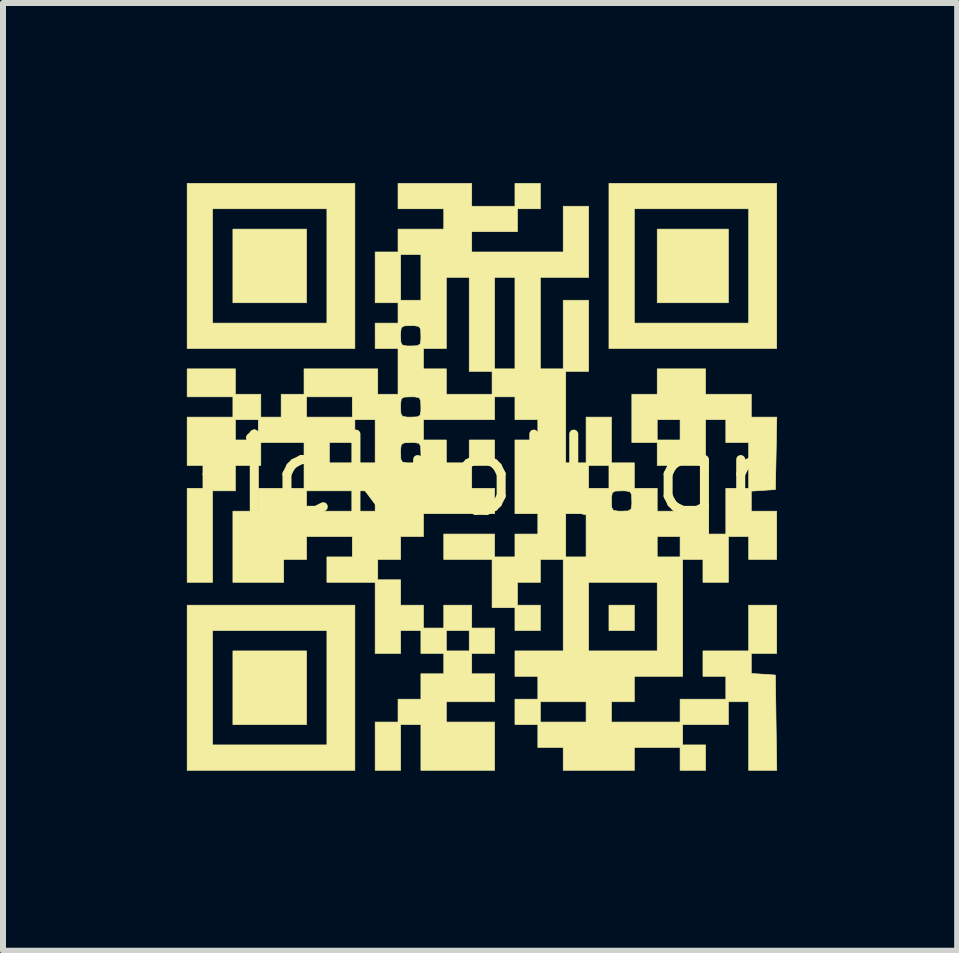
<source format=kicad_pcb>
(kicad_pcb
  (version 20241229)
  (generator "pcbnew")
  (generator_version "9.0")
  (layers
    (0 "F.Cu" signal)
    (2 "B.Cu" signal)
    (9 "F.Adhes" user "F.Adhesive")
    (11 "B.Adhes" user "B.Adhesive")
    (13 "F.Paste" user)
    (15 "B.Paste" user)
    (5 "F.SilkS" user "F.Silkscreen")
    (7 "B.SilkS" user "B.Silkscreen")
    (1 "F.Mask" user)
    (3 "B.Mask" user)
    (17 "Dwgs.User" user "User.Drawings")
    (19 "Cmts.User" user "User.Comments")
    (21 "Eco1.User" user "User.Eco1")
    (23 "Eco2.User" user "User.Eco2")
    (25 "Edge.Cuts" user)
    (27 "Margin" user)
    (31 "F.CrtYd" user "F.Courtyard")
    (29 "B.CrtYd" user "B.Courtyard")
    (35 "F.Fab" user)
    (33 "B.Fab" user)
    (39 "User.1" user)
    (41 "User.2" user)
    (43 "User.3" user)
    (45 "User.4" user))
  (footprint "rickroll_qr"
    (layer "F.Cu")
    (at 4.936 4.873)
    (property "Reference" "rickroll_qr" (at 0 0 0) (layer "F.SilkS") (effects (font (size 1.27 1.27) (thickness 0.15))))
    (attr through_hole)
    (fp_poly (pts (xy -2.879 -2.879) (xy -4.106 -2.879) (xy -4.106 -4.106) (xy -2.879 -4.106) (xy -2.879 -2.879)) (stroke (width 0.01) (type solid)) (fill yes) (layer "F.SilkS"))
    (fp_poly (pts (xy -2.879 4.149) (xy -4.106 4.149) (xy -4.106 2.921) (xy -2.879 2.921) (xy -2.879 4.149)) (stroke (width 0.01) (type solid)) (fill yes) (layer "F.SilkS"))
    (fp_poly (pts (xy 2.582 2.582) (xy 2.159 2.582) (xy 2.159 2.159) (xy 2.582 2.159) (xy 2.582 2.582)) (stroke (width 0.01) (type solid)) (fill yes) (layer "F.SilkS"))
    (fp_poly (pts (xy 4.149 -2.879) (xy 2.963 -2.879) (xy 2.963 -4.106) (xy 4.149 -4.106) (xy 4.149 -2.879)) (stroke (width 0.01) (type solid)) (fill yes) (layer "F.SilkS"))
    (fp_poly (pts (xy -2.074 -2.117) (xy -4.868 -2.117) (xy -4.868 -4.445) (xy -4.445 -4.445) (xy -4.445 -2.54) (xy -2.54 -2.54) (xy -2.54 -4.445) (xy -4.445 -4.445) (xy -4.868 -4.445) (xy -4.868 -4.868) (xy -2.074 -4.868) (xy -2.074 -2.117)) (stroke (width 0.01) (type solid)) (fill yes) (layer "F.SilkS"))
    (fp_poly (pts (xy -2.074 4.911) (xy -4.868 4.911) (xy -4.868 2.582) (xy -4.445 2.582) (xy -4.445 4.487) (xy -2.54 4.487) (xy -2.54 2.582) (xy -4.445 2.582) (xy -4.868 2.582) (xy -4.868 2.159) (xy -2.074 2.159) (xy -2.074 4.911)) (stroke (width 0.01) (type solid)) (fill yes) (layer "F.SilkS"))
    (fp_poly (pts (xy 4.953 -2.117) (xy 2.159 -2.117) (xy 2.159 -4.445) (xy 2.582 -4.445) (xy 2.582 -2.54) (xy 4.487 -2.54) (xy 4.487 -4.445) (xy 2.582 -4.445) (xy 2.159 -4.445) (xy 2.159 -4.868) (xy 4.953 -4.868) (xy 4.953 -2.117)) (stroke (width 0.01) (type solid)) (fill yes) (layer "F.SilkS"))
    (fp_poly (pts (xy -0.127 -4.487) (xy 0.593 -4.487) (xy 0.593 -4.868) (xy 1.016 -4.868) (xy 1.016 -4.445) (xy 0.635 -4.445) (xy 0.635 -4.064) (xy -0.127 -4.064) (xy -0.127 -3.725) (xy 1.397 -3.725) (xy 1.397 -4.487) (xy 1.82 -4.487) (xy 1.82 -3.302) (xy 1.016 -3.302) (xy 1.016 -1.778) (xy 1.397 -1.778) (xy 1.397 -2.921) (xy 1.82 -2.921) (xy 1.82 -1.736) (xy 1.439 -1.736) (xy 1.439 -0.212) (xy 1.778 -0.212) (xy 1.778 -0.974) (xy 2.201 -0.974) (xy 2.201 -0.212) (xy 2.582 -0.212) (xy 2.582 0.212) (xy 2.963 0.212) (xy 2.963 0.593) (xy 3.768 0.593) (xy 3.768 0.974) (xy 4.106 0.974) (xy 4.106 0.212) (xy 4.487 0.212) (xy 4.487 -0.55) (xy 4.106 -0.55) (xy 4.106 -0.931) (xy 3.768 -0.931) (xy 3.768 -0.169) (xy 2.963 -0.169) (xy 2.963 -0.55) (xy 2.54 -0.55) (xy 2.54 -0.931) (xy 2.963 -0.931) (xy 2.963 -0.593) (xy 3.344 -0.593) (xy 3.344 -0.931) (xy 2.963 -0.931) (xy 2.54 -0.931) (xy 2.54 -1.355) (xy 2.963 -1.355) (xy 2.963 -1.778) (xy 3.768 -1.778) (xy 3.768 -1.355) (xy 4.53 -1.355) (xy 4.53 -0.974) (xy 4.955 -0.974) (xy 4.944 -0.37) (xy 4.932 0.233) (xy 4.53 0.259) (xy 4.53 0.593) (xy 4.953 0.593) (xy 4.953 1.397) (xy 4.487 1.397) (xy 4.487 1.016) (xy 4.149 1.016) (xy 4.149 1.778) (xy 3.725 1.778) (xy 3.725 1.397) (xy 3.387 1.397) (xy 3.387 3.344) (xy 2.582 3.344) (xy 2.582 3.768) (xy 2.201 3.768) (xy 2.201 4.106) (xy 3.344 4.106) (xy 3.344 3.725) (xy 4.106 3.725) (xy 4.106 3.344) (xy 3.725 3.344) (xy 3.725 2.921) (xy 4.487 2.921) (xy 4.487 2.159) (xy 4.953 2.159) (xy 4.953 2.963) (xy 4.53 2.963) (xy 4.53 3.297) (xy 4.932 3.323) (xy 4.943 4.117) (xy 4.955 4.911) (xy 4.487 4.911) (xy 4.487 3.768) (xy 4.149 3.768) (xy 4.149 4.149) (xy 3.387 4.149) (xy 3.387 4.487) (xy 3.768 4.487) (xy 3.768 4.911) (xy 3.344 4.911) (xy 3.344 4.53) (xy 2.582 4.53) (xy 2.582 4.911) (xy 1.397 4.911) (xy 1.397 4.53) (xy 0.974 4.53) (xy 0.974 4.149) (xy 0.593 4.149) (xy 0.593 3.768) (xy 1.016 3.768) (xy 1.016 4.106) (xy 1.778 4.106) (xy 1.778 3.768) (xy 1.016 3.768) (xy 0.593 3.768) (xy 0.593 3.725) (xy 0.974 3.725) (xy 0.974 3.344) (xy 0.593 3.344) (xy 0.593 2.921) (xy 1.397 2.921) (xy 1.397 1.778) (xy 1.82 1.778) (xy 1.82 2.921) (xy 2.963 2.921) (xy 2.963 1.778) (xy 1.82 1.778) (xy 1.397 1.778) (xy 1.397 1.397) (xy 1.016 1.397) (xy 1.016 1.778) (xy 0.635 1.778) (xy 0.635 2.159) (xy 1.016 2.159) (xy 1.016 2.582) (xy 0.593 2.582) (xy 0.593 2.201) (xy 0.212 2.201) (xy 0.212 1.397) (xy -0.593 1.397) (xy -0.593 0.974) (xy 0.254 0.974) (xy 0.254 1.355) (xy 0.593 1.355) (xy 0.593 0.974) (xy 0.974 0.974) (xy 0.974 0.635) (xy 1.439 0.635) (xy 1.439 1.355) (xy 1.778 1.355) (xy 1.778 1.016) (xy 2.963 1.016) (xy 2.963 1.355) (xy 3.344 1.355) (xy 3.344 1.016) (xy 2.963 1.016) (xy 1.778 1.016) (xy 1.778 0.635) (xy 1.439 0.635) (xy 0.974 0.635) (xy 0.593 0.635) (xy 0.593 0.423) (xy 2.201 0.423) (xy 2.205 0.532) (xy 2.234 0.58) (xy 2.311 0.592) (xy 2.371 0.593) (xy 2.479 0.589) (xy 2.527 0.56) (xy 2.54 0.483) (xy 2.54 0.423) (xy 2.536 0.315) (xy 2.507 0.267) (xy 2.43 0.254) (xy 2.371 0.254) (xy 2.262 0.258) (xy 2.214 0.287) (xy 2.202 0.364) (xy 2.201 0.423) (xy 0.593 0.423) (xy 0.593 -0.169) (xy 1.82 -0.169) (xy 1.82 0.212) (xy 2.159 0.212) (xy 2.159 -0.169) (xy 1.82 -0.169) (xy 0.593 -0.169) (xy 0.593 -0.593) (xy 0.974 -0.593) (xy 0.974 -0.931) (xy 0.593 -0.931) (xy 0.593 -1.312) (xy 0.254 -1.312) (xy 0.254 -0.931) (xy -0.931 -0.931) (xy -0.931 -0.593) (xy -0.55 -0.593) (xy -0.55 -0.212) (xy -0.169 -0.212) (xy -0.169 -0.593) (xy 0.254 -0.593) (xy 0.254 -0.169) (xy -0.127 -0.169) (xy -0.127 0.212) (xy 0.254 0.212) (xy 0.254 0.635) (xy -0.931 0.635) (xy -0.931 1.016) (xy -1.312 1.016) (xy -1.312 1.397) (xy -1.693 1.397) (xy -1.693 1.736) (xy -1.312 1.736) (xy -1.312 2.159) (xy -0.931 2.159) (xy -0.931 2.54) (xy -0.593 2.54) (xy -0.593 2.159) (xy -0.127 2.159) (xy -0.127 2.54) (xy 0.254 2.54) (xy 0.254 2.963) (xy -0.127 2.963) (xy -0.127 3.302) (xy 0.254 3.302) (xy 0.254 3.768) (xy -0.55 3.768) (xy -0.55 4.106) (xy 0.254 4.106) (xy 0.254 4.911) (xy -0.974 4.911) (xy -0.974 4.149) (xy -1.312 4.149) (xy -1.312 4.911) (xy -1.736 4.911) (xy -1.736 4.106) (xy -1.355 4.106) (xy -1.355 3.725) (xy -0.974 3.725) (xy -0.974 3.302) (xy -0.593 3.302) (xy -0.593 2.963) (xy -0.974 2.963) (xy -0.974 2.582) (xy -0.55 2.582) (xy -0.55 2.921) (xy -0.169 2.921) (xy -0.169 2.582) (xy -0.55 2.582) (xy -0.974 2.582) (xy -1.312 2.582) (xy -1.312 2.963) (xy -1.736 2.963) (xy -1.736 1.778) (xy -2.54 1.778) (xy -2.54 1.355) (xy -2.117 1.355) (xy -2.117 1.016) (xy -2.879 1.016) (xy -2.879 1.397) (xy -3.26 1.397) (xy -3.26 1.778) (xy -4.106 1.778) (xy -4.106 0.593) (xy -3.683 0.593) (xy -3.683 0.254) (xy -2.879 0.254) (xy -2.879 0.593) (xy -1.736 0.593) (xy -1.736 0.254) (xy -2.879 0.254) (xy -3.683 0.254) (xy -3.683 0.212) (xy -2.921 0.212) (xy -2.921 -0.55) (xy -2.498 -0.55) (xy -2.498 -0.212) (xy -1.736 -0.212) (xy -1.736 -0.381) (xy -1.312 -0.381) (xy -1.308 -0.273) (xy -1.28 -0.224) (xy -1.202 -0.212) (xy -1.143 -0.212) (xy -1.035 -0.216) (xy -0.986 -0.244) (xy -0.974 -0.322) (xy -0.974 -0.381) (xy -0.978 -0.489) (xy -1.006 -0.538) (xy -1.084 -0.55) (xy -1.143 -0.55) (xy -1.251 -0.546) (xy -1.3 -0.518) (xy -1.312 -0.44) (xy -1.312 -0.381) (xy -1.736 -0.381) (xy -1.736 -0.931) (xy -2.074 -0.931) (xy -2.074 -0.55) (xy -2.498 -0.55) (xy -2.921 -0.55) (xy -3.641 -0.55) (xy -3.641 -0.169) (xy -4.064 -0.169) (xy -4.064 0.254) (xy -4.445 0.254) (xy -4.445 1.778) (xy -4.868 1.778) (xy -4.868 0.212) (xy -4.487 0.212) (xy -4.487 -0.169) (xy -4.868 -0.169) (xy -4.868 -0.931) (xy -4.064 -0.931) (xy -4.064 -0.593) (xy -3.683 -0.593) (xy -3.683 -0.931) (xy -4.064 -0.931) (xy -4.868 -0.931) (xy -4.868 -0.974) (xy -4.106 -0.974) (xy -4.106 -1.312) (xy -4.868 -1.312) (xy -4.868 -1.778) (xy -4.064 -1.778) (xy -4.064 -1.355) (xy -3.641 -1.355) (xy -3.641 -0.974) (xy -3.302 -0.974) (xy -3.302 -1.312) (xy -2.879 -1.312) (xy -2.879 -0.974) (xy -2.117 -0.974) (xy -2.117 -1.143) (xy -1.312 -1.143) (xy -1.308 -1.035) (xy -1.28 -0.986) (xy -1.202 -0.974) (xy -1.143 -0.974) (xy -1.035 -0.978) (xy -0.986 -1.006) (xy -0.974 -1.084) (xy -0.974 -1.143) (xy -0.978 -1.251) (xy -1.006 -1.3) (xy -1.084 -1.312) (xy -1.143 -1.312) (xy -1.251 -1.308) (xy -1.3 -1.28) (xy -1.312 -1.202) (xy -1.312 -1.143) (xy -2.117 -1.143) (xy -2.117 -1.312) (xy -2.879 -1.312) (xy -3.302 -1.312) (xy -3.302 -1.355) (xy -2.921 -1.355) (xy -2.921 -1.778) (xy -1.693 -1.778) (xy -1.693 -1.355) (xy -1.355 -1.355) (xy -1.355 -2.117) (xy -0.931 -2.117) (xy -0.931 -1.778) (xy -0.55 -1.778) (xy -0.55 -1.355) (xy 0.212 -1.355) (xy 0.212 -1.736) (xy -0.169 -1.736) (xy -0.169 -3.302) (xy 0.254 -3.302) (xy 0.254 -1.778) (xy 0.593 -1.778) (xy 0.593 -3.302) (xy 0.254 -3.302) (xy -0.169 -3.302) (xy -0.55 -3.302) (xy -0.55 -2.117) (xy -0.931 -2.117) (xy -1.355 -2.117) (xy -1.736 -2.117) (xy -1.736 -2.328) (xy -1.312 -2.328) (xy -1.308 -2.22) (xy -1.28 -2.172) (xy -1.202 -2.159) (xy -1.143 -2.159) (xy -1.035 -2.163) (xy -0.986 -2.192) (xy -0.974 -2.269) (xy -0.974 -2.328) (xy -0.978 -2.437) (xy -1.006 -2.485) (xy -1.084 -2.497) (xy -1.143 -2.498) (xy -1.251 -2.494) (xy -1.3 -2.465) (xy -1.312 -2.388) (xy -1.312 -2.328) (xy -1.736 -2.328) (xy -1.736 -2.54) (xy -1.355 -2.54) (xy -1.355 -2.879) (xy -1.736 -2.879) (xy -1.736 -3.683) (xy -1.312 -3.683) (xy -1.312 -2.921) (xy -0.974 -2.921) (xy -0.974 -3.683) (xy -1.312 -3.683) (xy -1.736 -3.683) (xy -1.736 -3.725) (xy -1.355 -3.725) (xy -1.355 -4.106) (xy -0.593 -4.106) (xy -0.593 -4.445) (xy -1.355 -4.445) (xy -1.355 -4.868) (xy -0.127 -4.868) (xy -0.127 -4.487)) (stroke (width 0.01) (type solid)) (fill yes) (layer "F.SilkS")))
  (gr_rect
    (start -3 -3)
    (end 12.896 12.789)
    (stroke (width 0.1) (type default))
    (fill no)
    (layer "Edge.Cuts")))
</source>
